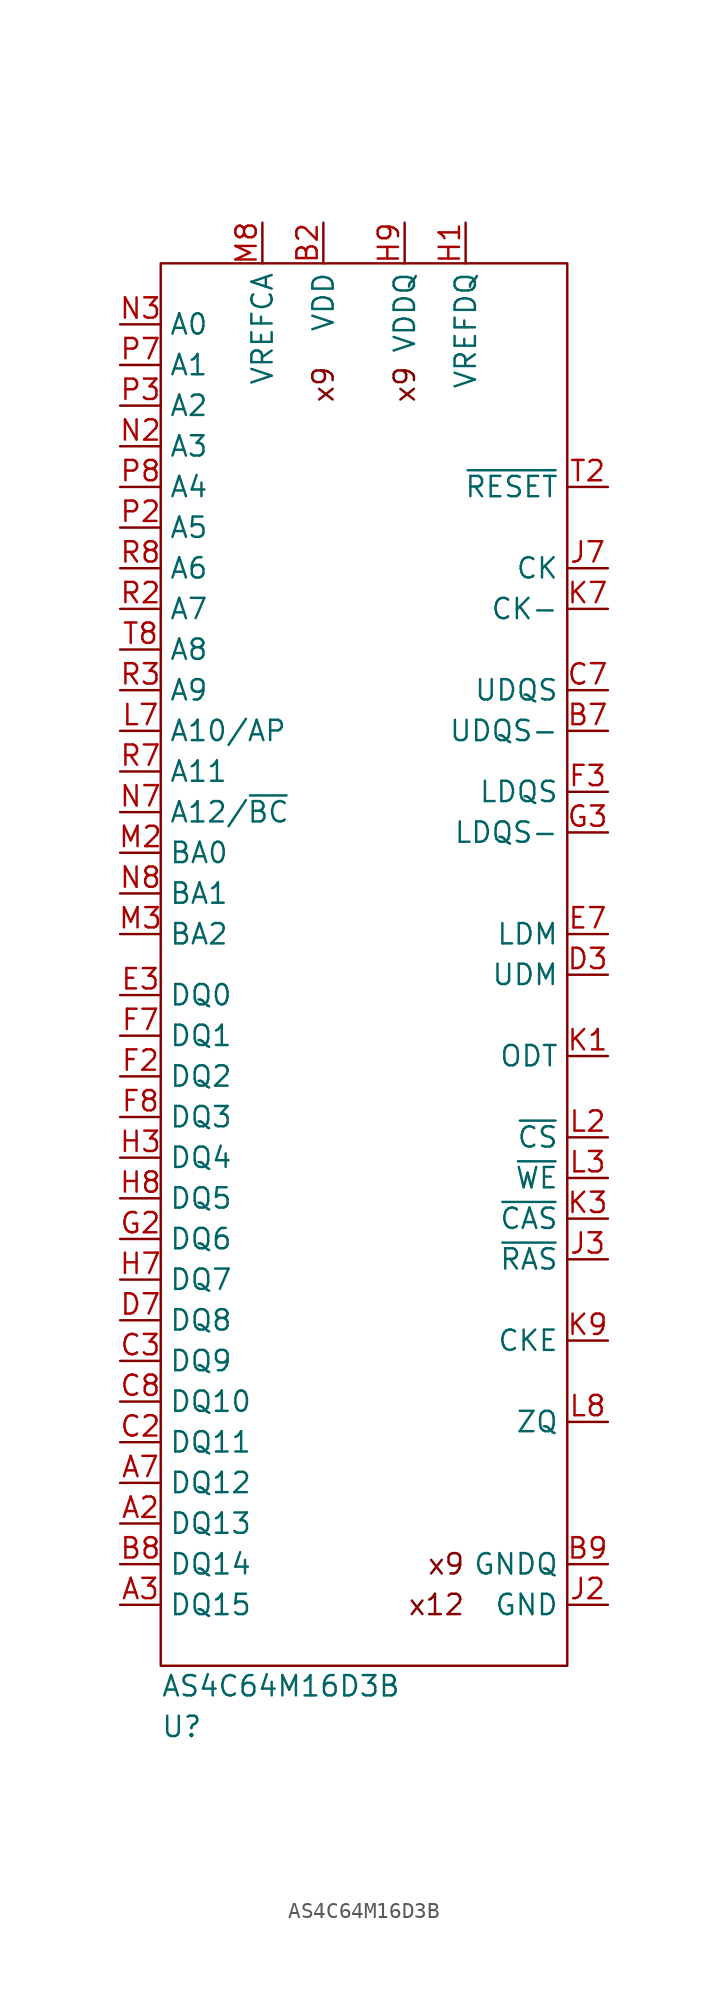
<source format=kicad_sym>
(kicad_symbol_lib
  (version 20220914)
  (generator kicad_symbol_editor)
  (symbol "AS4C64M16D3B"
    (property "Reference" "U"
      (at 0 -91.44 0)
      (effects (font (size 1.27 1.27)) (justify left)))
    (property "Value" "AS4C64M16D3B"
      (at 0 -88.9 0)
      (effects (font (size 1.27 1.27)) (justify left)))
    (symbol "AS4C64M16D3B_0_0"
      (text "x9" (at 10.16 -6.35 900) (effects (font (size 1.27 1.27)) (justify right)))
      (text "x9" (at 15.24 -6.35 900) (effects (font (size 1.27 1.27)) (justify right)))
      (text "x9" (at 19.05 -81.28 0) (effects (font (size 1.27 1.27)) (justify right)))
      (pin power_in line (at 15.24 2.54 270) (length 2.54) hide (name "VDDQ" (effects (font (size 1.27 1.27)))) (number "A1" (effects (font (size 1.27 1.27)))))
      (pin input line (at -2.54 -78.74 0) (length 2.54) (name "DQ13" (effects (font (size 1.27 1.27)))) (number "A2" (effects (font (size 1.27 1.27)))))
      (pin input line (at -2.54 -83.82 0) (length 2.54) (name "DQ15" (effects (font (size 1.27 1.27)))) (number "A3" (effects (font (size 1.27 1.27)))))
      (pin input line (at -2.54 -76.2 0) (length 2.54) (name "DQ12" (effects (font (size 1.27 1.27)))) (number "A7" (effects (font (size 1.27 1.27)))))
      (pin power_in line (at 15.24 2.54 270) (length 2.54) hide (name "VDDQ" (effects (font (size 1.27 1.27)))) (number "A8" (effects (font (size 1.27 1.27)))))
      (pin power_in line (at 27.94 -83.82 180) (length 2.54) hide (name "GND" (effects (font (size 1.27 1.27)))) (number "A9" (effects (font (size 1.27 1.27)))))
      (pin power_in line (at 27.94 -81.28 180) (length 2.54) hide (name "GNDQ" (effects (font (size 1.27 1.27)))) (number "B1" (effects (font (size 1.27 1.27)))))
      (pin power_in line (at 10.16 2.54 270) (length 2.54) (name "VDD" (effects (font (size 1.27 1.27)))) (number "B2" (effects (font (size 1.27 1.27)))))
      (pin power_in line (at 27.94 -83.82 180) (length 2.54) hide (name "GND" (effects (font (size 1.27 1.27)))) (number "B3" (effects (font (size 1.27 1.27)))))
      (pin input line (at 27.94 -29.21 180) (length 2.54) (name "UDQS-" (effects (font (size 1.27 1.27)))) (number "B7" (effects (font (size 1.27 1.27)))))
      (pin input line (at -2.54 -81.28 0) (length 2.54) (name "DQ14" (effects (font (size 1.27 1.27)))) (number "B8" (effects (font (size 1.27 1.27)))))
      (pin power_in line (at 27.94 -81.28 180) (length 2.54) (name "GNDQ" (effects (font (size 1.27 1.27)))) (number "B9" (effects (font (size 1.27 1.27)))))
      (pin power_in line (at 15.24 2.54 270) (length 2.54) hide (name "VDDQ" (effects (font (size 1.27 1.27)))) (number "C1" (effects (font (size 1.27 1.27)))))
      (pin input line (at -2.54 -73.66 0) (length 2.54) (name "DQ11" (effects (font (size 1.27 1.27)))) (number "C2" (effects (font (size 1.27 1.27)))))
      (pin input line (at -2.54 -68.58 0) (length 2.54) (name "DQ9" (effects (font (size 1.27 1.27)))) (number "C3" (effects (font (size 1.27 1.27)))))
      (pin input line (at 27.94 -26.67 180) (length 2.54) (name "UDQS" (effects (font (size 1.27 1.27)))) (number "C7" (effects (font (size 1.27 1.27)))))
      (pin input line (at -2.54 -71.12 0) (length 2.54) (name "DQ10" (effects (font (size 1.27 1.27)))) (number "C8" (effects (font (size 1.27 1.27)))))
      (pin power_in line (at 15.24 2.54 270) (length 2.54) hide (name "VDDQ" (effects (font (size 1.27 1.27)))) (number "C9" (effects (font (size 1.27 1.27)))))
      (pin power_in line (at 27.94 -81.28 180) (length 2.54) hide (name "GNDQ" (effects (font (size 1.27 1.27)))) (number "D1" (effects (font (size 1.27 1.27)))))
      (pin power_in line (at 15.24 2.54 270) (length 2.54) hide (name "VDDQ" (effects (font (size 1.27 1.27)))) (number "D2" (effects (font (size 1.27 1.27)))))
      (pin input line (at 27.94 -44.45 180) (length 2.54) (name "UDM" (effects (font (size 1.27 1.27)))) (number "D3" (effects (font (size 1.27 1.27)))))
      (pin input line (at -2.54 -66.04 0) (length 2.54) (name "DQ8" (effects (font (size 1.27 1.27)))) (number "D7" (effects (font (size 1.27 1.27)))))
      (pin power_in line (at 27.94 -81.28 180) (length 2.54) hide (name "GNDQ" (effects (font (size 1.27 1.27)))) (number "D8" (effects (font (size 1.27 1.27)))))
      (pin power_in line (at 10.16 2.54 270) (length 2.54) hide (name "VDD" (effects (font (size 1.27 1.27)))) (number "D9" (effects (font (size 1.27 1.27)))))
      (pin power_in line (at 27.94 -83.82 180) (length 2.54) hide (name "GND" (effects (font (size 1.27 1.27)))) (number "E1" (effects (font (size 1.27 1.27)))))
      (pin power_in line (at 27.94 -81.28 180) (length 2.54) hide (name "GNDQ" (effects (font (size 1.27 1.27)))) (number "E2" (effects (font (size 1.27 1.27)))))
      (pin input line (at -2.54 -45.72 0) (length 2.54) (name "DQ0" (effects (font (size 1.27 1.27)))) (number "E3" (effects (font (size 1.27 1.27)))))
      (pin input line (at 27.94 -41.91 180) (length 2.54) (name "LDM" (effects (font (size 1.27 1.27)))) (number "E7" (effects (font (size 1.27 1.27)))))
      (pin power_in line (at 27.94 -81.28 180) (length 2.54) hide (name "GNDQ" (effects (font (size 1.27 1.27)))) (number "E8" (effects (font (size 1.27 1.27)))))
      (pin power_in line (at 15.24 2.54 270) (length 2.54) hide (name "VDDQ" (effects (font (size 1.27 1.27)))) (number "E9" (effects (font (size 1.27 1.27)))))
      (pin power_in line (at 15.24 2.54 270) (length 2.54) hide (name "VDDQ" (effects (font (size 1.27 1.27)))) (number "F1" (effects (font (size 1.27 1.27)))))
      (pin input line (at -2.54 -50.8 0) (length 2.54) (name "DQ2" (effects (font (size 1.27 1.27)))) (number "F2" (effects (font (size 1.27 1.27)))))
      (pin input line (at 27.94 -33.02 180) (length 2.54) (name "LDQS" (effects (font (size 1.27 1.27)))) (number "F3" (effects (font (size 1.27 1.27)))))
      (pin input line (at -2.54 -48.26 0) (length 2.54) (name "DQ1" (effects (font (size 1.27 1.27)))) (number "F7" (effects (font (size 1.27 1.27)))))
      (pin input line (at -2.54 -53.34 0) (length 2.54) (name "DQ3" (effects (font (size 1.27 1.27)))) (number "F8" (effects (font (size 1.27 1.27)))))
      (pin power_in line (at 27.94 -81.28 180) (length 2.54) hide (name "GNDQ" (effects (font (size 1.27 1.27)))) (number "F9" (effects (font (size 1.27 1.27)))))
      (pin power_in line (at 27.94 -81.28 180) (length 2.54) hide (name "GNDQ" (effects (font (size 1.27 1.27)))) (number "G1" (effects (font (size 1.27 1.27)))))
      (pin input line (at -2.54 -60.96 0) (length 2.54) (name "DQ6" (effects (font (size 1.27 1.27)))) (number "G2" (effects (font (size 1.27 1.27)))))
      (pin input line (at 27.94 -35.56 180) (length 2.54) (name "LDQS-" (effects (font (size 1.27 1.27)))) (number "G3" (effects (font (size 1.27 1.27)))))
      (pin power_in line (at 10.16 2.54 270) (length 2.54) hide (name "VDD" (effects (font (size 1.27 1.27)))) (number "G7" (effects (font (size 1.27 1.27)))))
      (pin power_in line (at 27.94 -83.82 180) (length 2.54) hide (name "GND" (effects (font (size 1.27 1.27)))) (number "G8" (effects (font (size 1.27 1.27)))))
      (pin power_in line (at 27.94 -81.28 180) (length 2.54) hide (name "GNDQ" (effects (font (size 1.27 1.27)))) (number "G9" (effects (font (size 1.27 1.27)))))
      (pin input line (at 19.05 2.54 270) (length 2.54) (name "VREFDQ" (effects (font (size 1.27 1.27)))) (number "H1" (effects (font (size 1.27 1.27)))))
      (pin power_in line (at 15.24 2.54 270) (length 2.54) hide (name "VDDQ" (effects (font (size 1.27 1.27)))) (number "H2" (effects (font (size 1.27 1.27)))))
      (pin input line (at -2.54 -55.88 0) (length 2.54) (name "DQ4" (effects (font (size 1.27 1.27)))) (number "H3" (effects (font (size 1.27 1.27)))))
      (pin input line (at -2.54 -63.5 0) (length 2.54) (name "DQ7" (effects (font (size 1.27 1.27)))) (number "H7" (effects (font (size 1.27 1.27)))))
      (pin input line (at -2.54 -58.42 0) (length 2.54) (name "DQ5" (effects (font (size 1.27 1.27)))) (number "H8" (effects (font (size 1.27 1.27)))))
      (pin power_in line (at 15.24 2.54 270) (length 2.54) (name "VDDQ" (effects (font (size 1.27 1.27)))) (number "H9" (effects (font (size 1.27 1.27)))))
      (pin no_connect line (at 7.62 -77.47 270) (length 2.54) hide (name "NC" (effects (font (size 1.27 1.27)))) (number "J1" (effects (font (size 1.27 1.27)))))
      (pin power_in line (at 27.94 -83.82 180) (length 2.54) (name "GND" (effects (font (size 1.27 1.27)))) (number "J2" (effects (font (size 1.27 1.27)))))
      (pin input line (at 27.94 -62.23 180) (length 2.54) (name "~{RAS}" (effects (font (size 1.27 1.27)))) (number "J3" (effects (font (size 1.27 1.27)))))
      (pin input line (at 27.94 -19.05 180) (length 2.54) (name "CK" (effects (font (size 1.27 1.27)))) (number "J7" (effects (font (size 1.27 1.27)))))
      (pin power_in line (at 27.94 -83.82 180) (length 2.54) hide (name "GND" (effects (font (size 1.27 1.27)))) (number "J8" (effects (font (size 1.27 1.27)))))
      (pin no_connect line (at 7.62 -77.47 270) (length 2.54) hide (name "NC" (effects (font (size 1.27 1.27)))) (number "J9" (effects (font (size 1.27 1.27)))))
      (pin input line (at 27.94 -49.53 180) (length 2.54) (name "ODT" (effects (font (size 1.27 1.27)))) (number "K1" (effects (font (size 1.27 1.27)))))
      (pin power_in line (at 10.16 2.54 270) (length 2.54) hide (name "VDD" (effects (font (size 1.27 1.27)))) (number "K2" (effects (font (size 1.27 1.27)))))
      (pin input line (at 27.94 -59.69 180) (length 2.54) (name "~{CAS}" (effects (font (size 1.27 1.27)))) (number "K3" (effects (font (size 1.27 1.27)))))
      (pin input line (at 27.94 -21.59 180) (length 2.54) (name "CK-" (effects (font (size 1.27 1.27)))) (number "K7" (effects (font (size 1.27 1.27)))))
      (pin power_in line (at 10.16 2.54 270) (length 2.54) hide (name "VDD" (effects (font (size 1.27 1.27)))) (number "K8" (effects (font (size 1.27 1.27)))))
      (pin input line (at 27.94 -67.31 180) (length 2.54) (name "CKE" (effects (font (size 1.27 1.27)))) (number "K9" (effects (font (size 1.27 1.27)))))
      (pin no_connect line (at 7.62 -77.47 270) (length 2.54) hide (name "NC" (effects (font (size 1.27 1.27)))) (number "L1" (effects (font (size 1.27 1.27)))))
      (pin input line (at 27.94 -54.61 180) (length 2.54) (name "~{CS}" (effects (font (size 1.27 1.27)))) (number "L2" (effects (font (size 1.27 1.27)))))
      (pin input line (at 27.94 -57.15 180) (length 2.54) (name "~{WE}" (effects (font (size 1.27 1.27)))) (number "L3" (effects (font (size 1.27 1.27)))))
      (pin input line (at -2.54 -29.21 0) (length 2.54) (name "A10/AP" (effects (font (size 1.27 1.27)))) (number "L7" (effects (font (size 1.27 1.27)))))
      (pin input line (at 27.94 -72.39 180) (length 2.54) (name "ZQ" (effects (font (size 1.27 1.27)))) (number "L8" (effects (font (size 1.27 1.27)))))
      (pin no_connect line (at 7.62 -77.47 270) (length 2.54) hide (name "NC" (effects (font (size 1.27 1.27)))) (number "L9" (effects (font (size 1.27 1.27)))))
      (pin power_in line (at 27.94 -83.82 180) (length 2.54) hide (name "GND" (effects (font (size 1.27 1.27)))) (number "M1" (effects (font (size 1.27 1.27)))))
      (pin input line (at -2.54 -36.83 0) (length 2.54) (name "BA0" (effects (font (size 1.27 1.27)))) (number "M2" (effects (font (size 1.27 1.27)))))
      (pin input line (at -2.54 -41.91 0) (length 2.54) (name "BA2" (effects (font (size 1.27 1.27)))) (number "M3" (effects (font (size 1.27 1.27)))))
      (pin no_connect line (at 7.62 -77.47 270) (length 2.54) hide (name "NC" (effects (font (size 1.27 1.27)))) (number "M7" (effects (font (size 1.27 1.27)))))
      (pin input line (at 6.35 2.54 270) (length 2.54) (name "VREFCA" (effects (font (size 1.27 1.27)))) (number "M8" (effects (font (size 1.27 1.27)))))
      (pin power_in line (at 27.94 -83.82 180) (length 2.54) hide (name "GND" (effects (font (size 1.27 1.27)))) (number "M9" (effects (font (size 1.27 1.27)))))
      (pin power_in line (at 10.16 2.54 270) (length 2.54) hide (name "VDD" (effects (font (size 1.27 1.27)))) (number "N1" (effects (font (size 1.27 1.27)))))
      (pin input line (at -2.54 -11.43 0) (length 2.54) (name "A3" (effects (font (size 1.27 1.27)))) (number "N2" (effects (font (size 1.27 1.27)))))
      (pin input line (at -2.54 -3.81 0) (length 2.54) (name "A0" (effects (font (size 1.27 1.27)))) (number "N3" (effects (font (size 1.27 1.27)))))
      (pin input line (at -2.54 -34.29 0) (length 2.54) (name "A12/~{BC}" (effects (font (size 1.27 1.27)))) (number "N7" (effects (font (size 1.27 1.27)))))
      (pin input line (at -2.54 -39.37 0) (length 2.54) (name "BA1" (effects (font (size 1.27 1.27)))) (number "N8" (effects (font (size 1.27 1.27)))))
      (pin power_in line (at 10.16 2.54 270) (length 2.54) hide (name "VDD" (effects (font (size 1.27 1.27)))) (number "N9" (effects (font (size 1.27 1.27)))))
      (pin power_in line (at 27.94 -83.82 180) (length 2.54) hide (name "GND" (effects (font (size 1.27 1.27)))) (number "P1" (effects (font (size 1.27 1.27)))))
      (pin input line (at -2.54 -16.51 0) (length 2.54) (name "A5" (effects (font (size 1.27 1.27)))) (number "P2" (effects (font (size 1.27 1.27)))))
      (pin input line (at -2.54 -8.89 0) (length 2.54) (name "A2" (effects (font (size 1.27 1.27)))) (number "P3" (effects (font (size 1.27 1.27)))))
      (pin input line (at -2.54 -6.35 0) (length 2.54) (name "A1" (effects (font (size 1.27 1.27)))) (number "P7" (effects (font (size 1.27 1.27)))))
      (pin input line (at -2.54 -13.97 0) (length 2.54) (name "A4" (effects (font (size 1.27 1.27)))) (number "P8" (effects (font (size 1.27 1.27)))))
      (pin power_in line (at 27.94 -83.82 180) (length 2.54) hide (name "GND" (effects (font (size 1.27 1.27)))) (number "P9" (effects (font (size 1.27 1.27)))))
      (pin power_in line (at 10.16 2.54 270) (length 2.54) hide (name "VDD" (effects (font (size 1.27 1.27)))) (number "R1" (effects (font (size 1.27 1.27)))))
      (pin input line (at -2.54 -21.59 0) (length 2.54) (name "A7" (effects (font (size 1.27 1.27)))) (number "R2" (effects (font (size 1.27 1.27)))))
      (pin input line (at -2.54 -26.67 0) (length 2.54) (name "A9" (effects (font (size 1.27 1.27)))) (number "R3" (effects (font (size 1.27 1.27)))))
      (pin input line (at -2.54 -31.75 0) (length 2.54) (name "A11" (effects (font (size 1.27 1.27)))) (number "R7" (effects (font (size 1.27 1.27)))))
      (pin input line (at -2.54 -19.05 0) (length 2.54) (name "A6" (effects (font (size 1.27 1.27)))) (number "R8" (effects (font (size 1.27 1.27)))))
      (pin power_in line (at 10.16 2.54 270) (length 2.54) hide (name "VDD" (effects (font (size 1.27 1.27)))) (number "R9" (effects (font (size 1.27 1.27)))))
      (pin power_in line (at 27.94 -83.82 180) (length 2.54) hide (name "GND" (effects (font (size 1.27 1.27)))) (number "T1" (effects (font (size 1.27 1.27)))))
      (pin input line (at 27.94 -13.97 180) (length 2.54) (name "~{RESET}" (effects (font (size 1.27 1.27)))) (number "T2" (effects (font (size 1.27 1.27)))))
      (pin no_connect line (at 7.62 -77.47 270) (length 2.54) hide (name "NC" (effects (font (size 1.27 1.27)))) (number "T3" (effects (font (size 1.27 1.27)))))
      (pin no_connect line (at 7.62 -77.47 270) (length 2.54) hide (name "NC" (effects (font (size 1.27 1.27)))) (number "T7" (effects (font (size 1.27 1.27)))))
      (pin input line (at -2.54 -24.13 0) (length 2.54) (name "A8" (effects (font (size 1.27 1.27)))) (number "T8" (effects (font (size 1.27 1.27)))))
      (pin power_in line (at 27.94 -83.82 180) (length 2.54) hide (name "GND" (effects (font (size 1.27 1.27)))) (number "T9" (effects (font (size 1.27 1.27))))))
    (symbol "AS4C64M16D3B_1_1"
      (rectangle (start 0 0) (end 25.4 -87.63) (stroke (width 0) (type default)) (fill (type none)))
      (text "x12" (at 19.05 -83.82 0) (effects (font (size 1.27 1.27)) (justify right))))))
</source>
